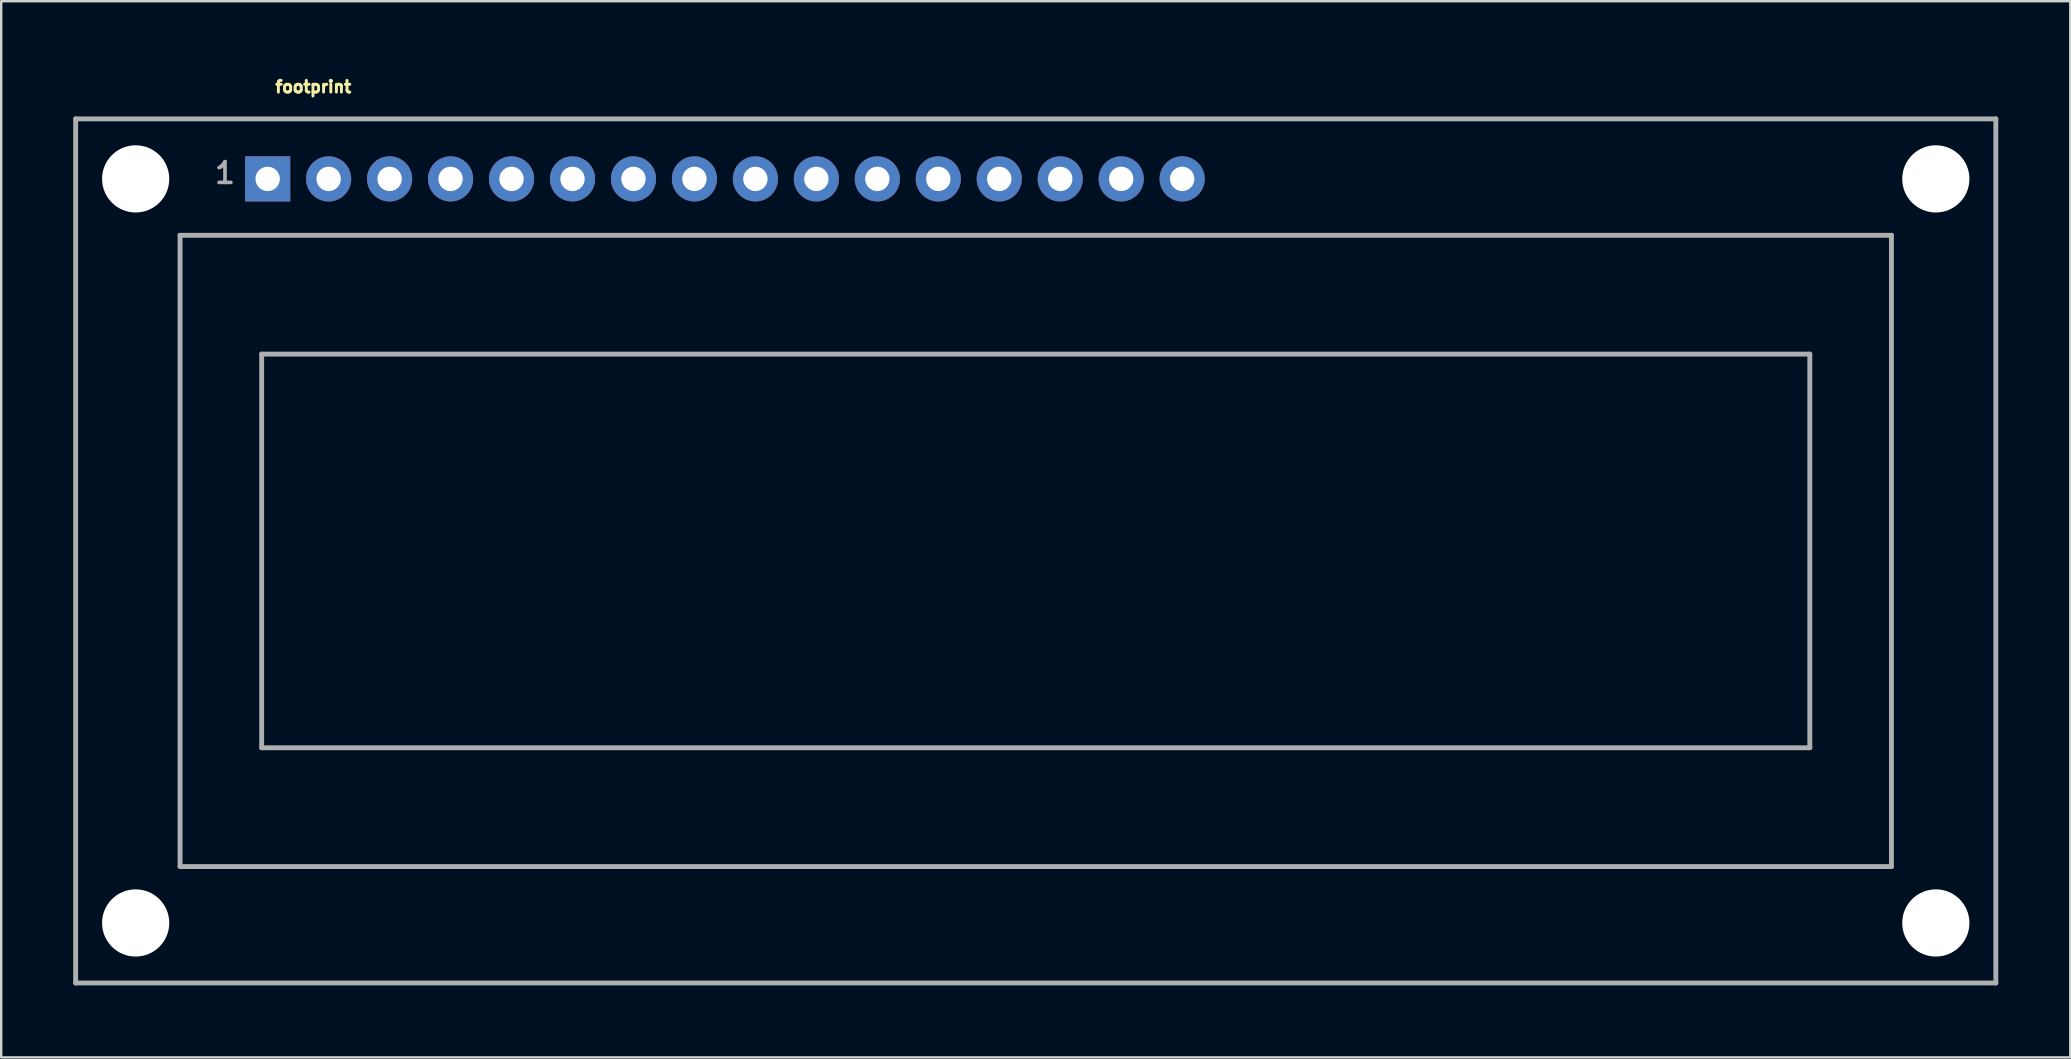
<source format=kicad_pcb>
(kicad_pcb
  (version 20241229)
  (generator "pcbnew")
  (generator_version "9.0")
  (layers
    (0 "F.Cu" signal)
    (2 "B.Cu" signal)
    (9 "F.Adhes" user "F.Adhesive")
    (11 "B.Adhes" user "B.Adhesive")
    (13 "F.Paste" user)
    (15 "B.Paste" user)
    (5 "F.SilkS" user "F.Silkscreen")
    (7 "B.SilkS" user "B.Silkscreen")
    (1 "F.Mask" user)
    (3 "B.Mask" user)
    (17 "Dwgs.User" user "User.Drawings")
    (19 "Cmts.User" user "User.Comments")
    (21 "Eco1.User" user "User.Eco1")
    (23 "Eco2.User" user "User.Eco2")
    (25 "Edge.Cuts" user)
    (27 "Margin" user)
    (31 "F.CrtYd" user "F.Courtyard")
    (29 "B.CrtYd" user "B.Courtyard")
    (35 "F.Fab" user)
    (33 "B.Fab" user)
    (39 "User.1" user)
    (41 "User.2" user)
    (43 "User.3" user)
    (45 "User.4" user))
  (footprint "footprint"
    (layer "F.Cu")
    (at 40.102 19.903)
    (property "Reference" "footprint" (at -31.75 -19.05 0) (layer "F.SilkS") (effects (font (size 0.488 0.488) (thickness 0.122)) (justify left bottom)))
    (fp_line (start -40 -18) (end 40 -18) (stroke (width 0.203) (type solid)) (layer "F.Fab"))
    (fp_line (start -40 18) (end -40 -18) (stroke (width 0.203) (type solid)) (layer "F.Fab"))
    (fp_line (start -35.65 -13.15) (end 35.65 -13.15) (stroke (width 0.203) (type solid)) (layer "F.Fab"))
    (fp_line (start -35.65 13.15) (end -35.65 -13.15) (stroke (width 0.203) (type solid)) (layer "F.Fab"))
    (fp_line (start -32.25 -8.2) (end 32.25 -8.2) (stroke (width 0.203) (type solid)) (layer "F.Fab"))
    (fp_line (start -32.25 8.2) (end -32.25 -8.2) (stroke (width 0.203) (type solid)) (layer "F.Fab"))
    (fp_line (start 32.25 -8.2) (end 32.25 8.2) (stroke (width 0.203) (type solid)) (layer "F.Fab"))
    (fp_line (start 32.25 8.2) (end -32.25 8.2) (stroke (width 0.203) (type solid)) (layer "F.Fab"))
    (fp_line (start 35.65 -13.15) (end 35.65 13.15) (stroke (width 0.203) (type solid)) (layer "F.Fab"))
    (fp_line (start 35.65 13.15) (end -35.65 13.15) (stroke (width 0.203) (type solid)) (layer "F.Fab"))
    (fp_line (start 40 -18) (end 40 18) (stroke (width 0.203) (type solid)) (layer "F.Fab"))
    (fp_line (start 40 18) (end -40 18) (stroke (width 0.203) (type solid)) (layer "F.Fab"))
    (fp_text user "1" (at -34.29 -15.24 0) (layer "F.Fab") (effects (font (size 0.864 0.864) (thickness 0.152)) (justify left bottom)))
    (pad "" np_thru_hole circle (at -37.5 -15.5) (size 2.8 2.8) (drill 2.8) (layers "*.Cu" "*.Mask"))
    (pad "" np_thru_hole circle (at -37.5 15.5) (size 2.8 2.8) (drill 2.8) (layers "*.Cu" "*.Mask"))
    (pad "" np_thru_hole circle (at 37.5 -15.5) (size 2.8 2.8) (drill 2.8) (layers "*.Cu" "*.Mask"))
    (pad "" np_thru_hole circle (at 37.5 15.5) (size 2.8 2.8) (drill 2.8) (layers "*.Cu" "*.Mask"))
    (pad "1" thru_hole rect (at -32 -15.5) (size 1.88 1.88) (drill 1.016) (layers "*.Cu" "*.Mask"))
    (pad "2" thru_hole circle (at -29.46 -15.5) (size 1.88 1.88) (drill 1.016) (layers "*.Cu" "*.Mask"))
    (pad "3" thru_hole circle (at -26.92 -15.5) (size 1.88 1.88) (drill 1.016) (layers "*.Cu" "*.Mask"))
    (pad "4" thru_hole circle (at -24.38 -15.5) (size 1.88 1.88) (drill 1.016) (layers "*.Cu" "*.Mask"))
    (pad "5" thru_hole circle (at -21.84 -15.5) (size 1.88 1.88) (drill 1.016) (layers "*.Cu" "*.Mask"))
    (pad "6" thru_hole circle (at -19.3 -15.5) (size 1.88 1.88) (drill 1.016) (layers "*.Cu" "*.Mask"))
    (pad "7" thru_hole circle (at -16.76 -15.5) (size 1.88 1.88) (drill 1.016) (layers "*.Cu" "*.Mask"))
    (pad "8" thru_hole circle (at -14.22 -15.5) (size 1.88 1.88) (drill 1.016) (layers "*.Cu" "*.Mask"))
    (pad "9" thru_hole circle (at -11.68 -15.5) (size 1.88 1.88) (drill 1.016) (layers "*.Cu" "*.Mask"))
    (pad "10" thru_hole circle (at -9.14 -15.5) (size 1.88 1.88) (drill 1.016) (layers "*.Cu" "*.Mask"))
    (pad "11" thru_hole circle (at -6.6 -15.5) (size 1.88 1.88) (drill 1.016) (layers "*.Cu" "*.Mask"))
    (pad "12" thru_hole circle (at -4.06 -15.5) (size 1.88 1.88) (drill 1.016) (layers "*.Cu" "*.Mask"))
    (pad "13" thru_hole circle (at -1.52 -15.5) (size 1.88 1.88) (drill 1.016) (layers "*.Cu" "*.Mask"))
    (pad "14" thru_hole circle (at 1.02 -15.5) (size 1.88 1.88) (drill 1.016) (layers "*.Cu" "*.Mask"))
    (pad "15" thru_hole circle (at 3.56 -15.5) (size 1.88 1.88) (drill 1.016) (layers "*.Cu" "*.Mask"))
    (pad "16" thru_hole circle (at 6.1 -15.5) (size 1.88 1.88) (drill 1.016) (layers "*.Cu" "*.Mask")))
  (gr_rect
    (start -3 -3)
    (end 83.203 41.005)
    (stroke (width 0.1) (type default))
    (fill no)
    (layer "Edge.Cuts")))
</source>
